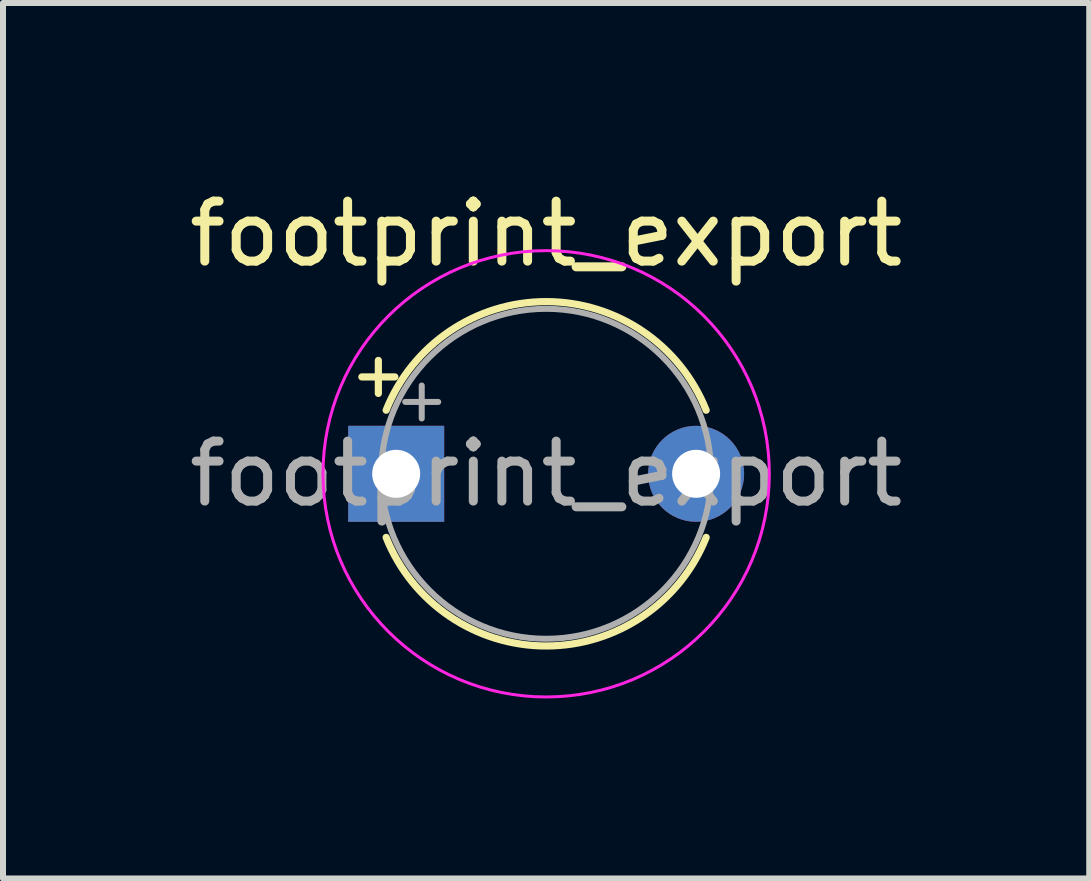
<source format=kicad_pcb>
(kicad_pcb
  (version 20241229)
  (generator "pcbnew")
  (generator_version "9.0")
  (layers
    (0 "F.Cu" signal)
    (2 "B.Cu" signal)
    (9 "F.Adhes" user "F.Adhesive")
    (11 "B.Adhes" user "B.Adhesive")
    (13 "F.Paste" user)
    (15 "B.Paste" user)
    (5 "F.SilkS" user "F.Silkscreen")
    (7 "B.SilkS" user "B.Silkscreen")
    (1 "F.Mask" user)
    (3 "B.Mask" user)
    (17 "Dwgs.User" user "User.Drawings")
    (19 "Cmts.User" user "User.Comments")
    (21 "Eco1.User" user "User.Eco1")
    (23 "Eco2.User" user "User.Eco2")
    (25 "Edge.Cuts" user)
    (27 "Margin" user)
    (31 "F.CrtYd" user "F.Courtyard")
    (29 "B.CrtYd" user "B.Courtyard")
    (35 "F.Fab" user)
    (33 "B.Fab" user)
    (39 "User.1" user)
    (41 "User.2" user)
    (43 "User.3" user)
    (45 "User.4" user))
  (footprint "footprint_export"
    (layer "F.Cu")
    (at 3.554 4.848)
    (property "Reference" "footprint_export" (at 2.5 -4 0) (layer "F.SilkS") (effects (font (size 1 1) (thickness 0.15))))
    (attr through_hole)
    (fp_line (start -0.572 -1.615) (end -0.022 -1.615) (stroke (width 0.12) (type solid)) (layer "F.SilkS"))
    (fp_line (start -0.297 -1.89) (end -0.297 -1.34) (stroke (width 0.12) (type solid)) (layer "F.SilkS"))
    (fp_arc (start -0.167077 -1.06) (mid 2.5 -2.87) (end 5.167077 -1.06) (stroke (width 0.12) (type solid)) (layer "F.SilkS"))
    (fp_arc (start 5.167077 1.06) (mid 2.5 2.87) (end -0.167077 1.06) (stroke (width 0.12) (type solid)) (layer "F.SilkS"))
    (fp_circle (center 2.5 0) (end 6.22 0) (stroke (width 0.05) (type solid)) (fill no) (layer "F.CrtYd"))
    (fp_line (start 0.151 -1.198) (end 0.701 -1.198) (stroke (width 0.1) (type solid)) (layer "F.Fab"))
    (fp_line (start 0.426 -1.472) (end 0.426 -0.922) (stroke (width 0.1) (type solid)) (layer "F.Fab"))
    (fp_circle (center 2.5 0) (end 5.25 0) (stroke (width 0.1) (type solid)) (fill no) (layer "F.Fab"))
    (fp_text user "${REFERENCE}" (at 2.5 0 0) (layer "F.Fab") (effects (font (size 1 1) (thickness 0.15))))
    (pad "1" thru_hole rect (at 0 0) (size 1.6 1.6) (drill 0.8) (layers "*.Cu" "*.Mask"))
    (pad "2" thru_hole circle (at 5 0) (size 1.6 1.6) (drill 0.8) (layers "*.Cu" "*.Mask")))
  (gr_rect
    (start -3 -3)
    (end 15.107 11.593)
    (stroke (width 0.1) (type default))
    (fill no)
    (layer "Edge.Cuts")))
</source>
